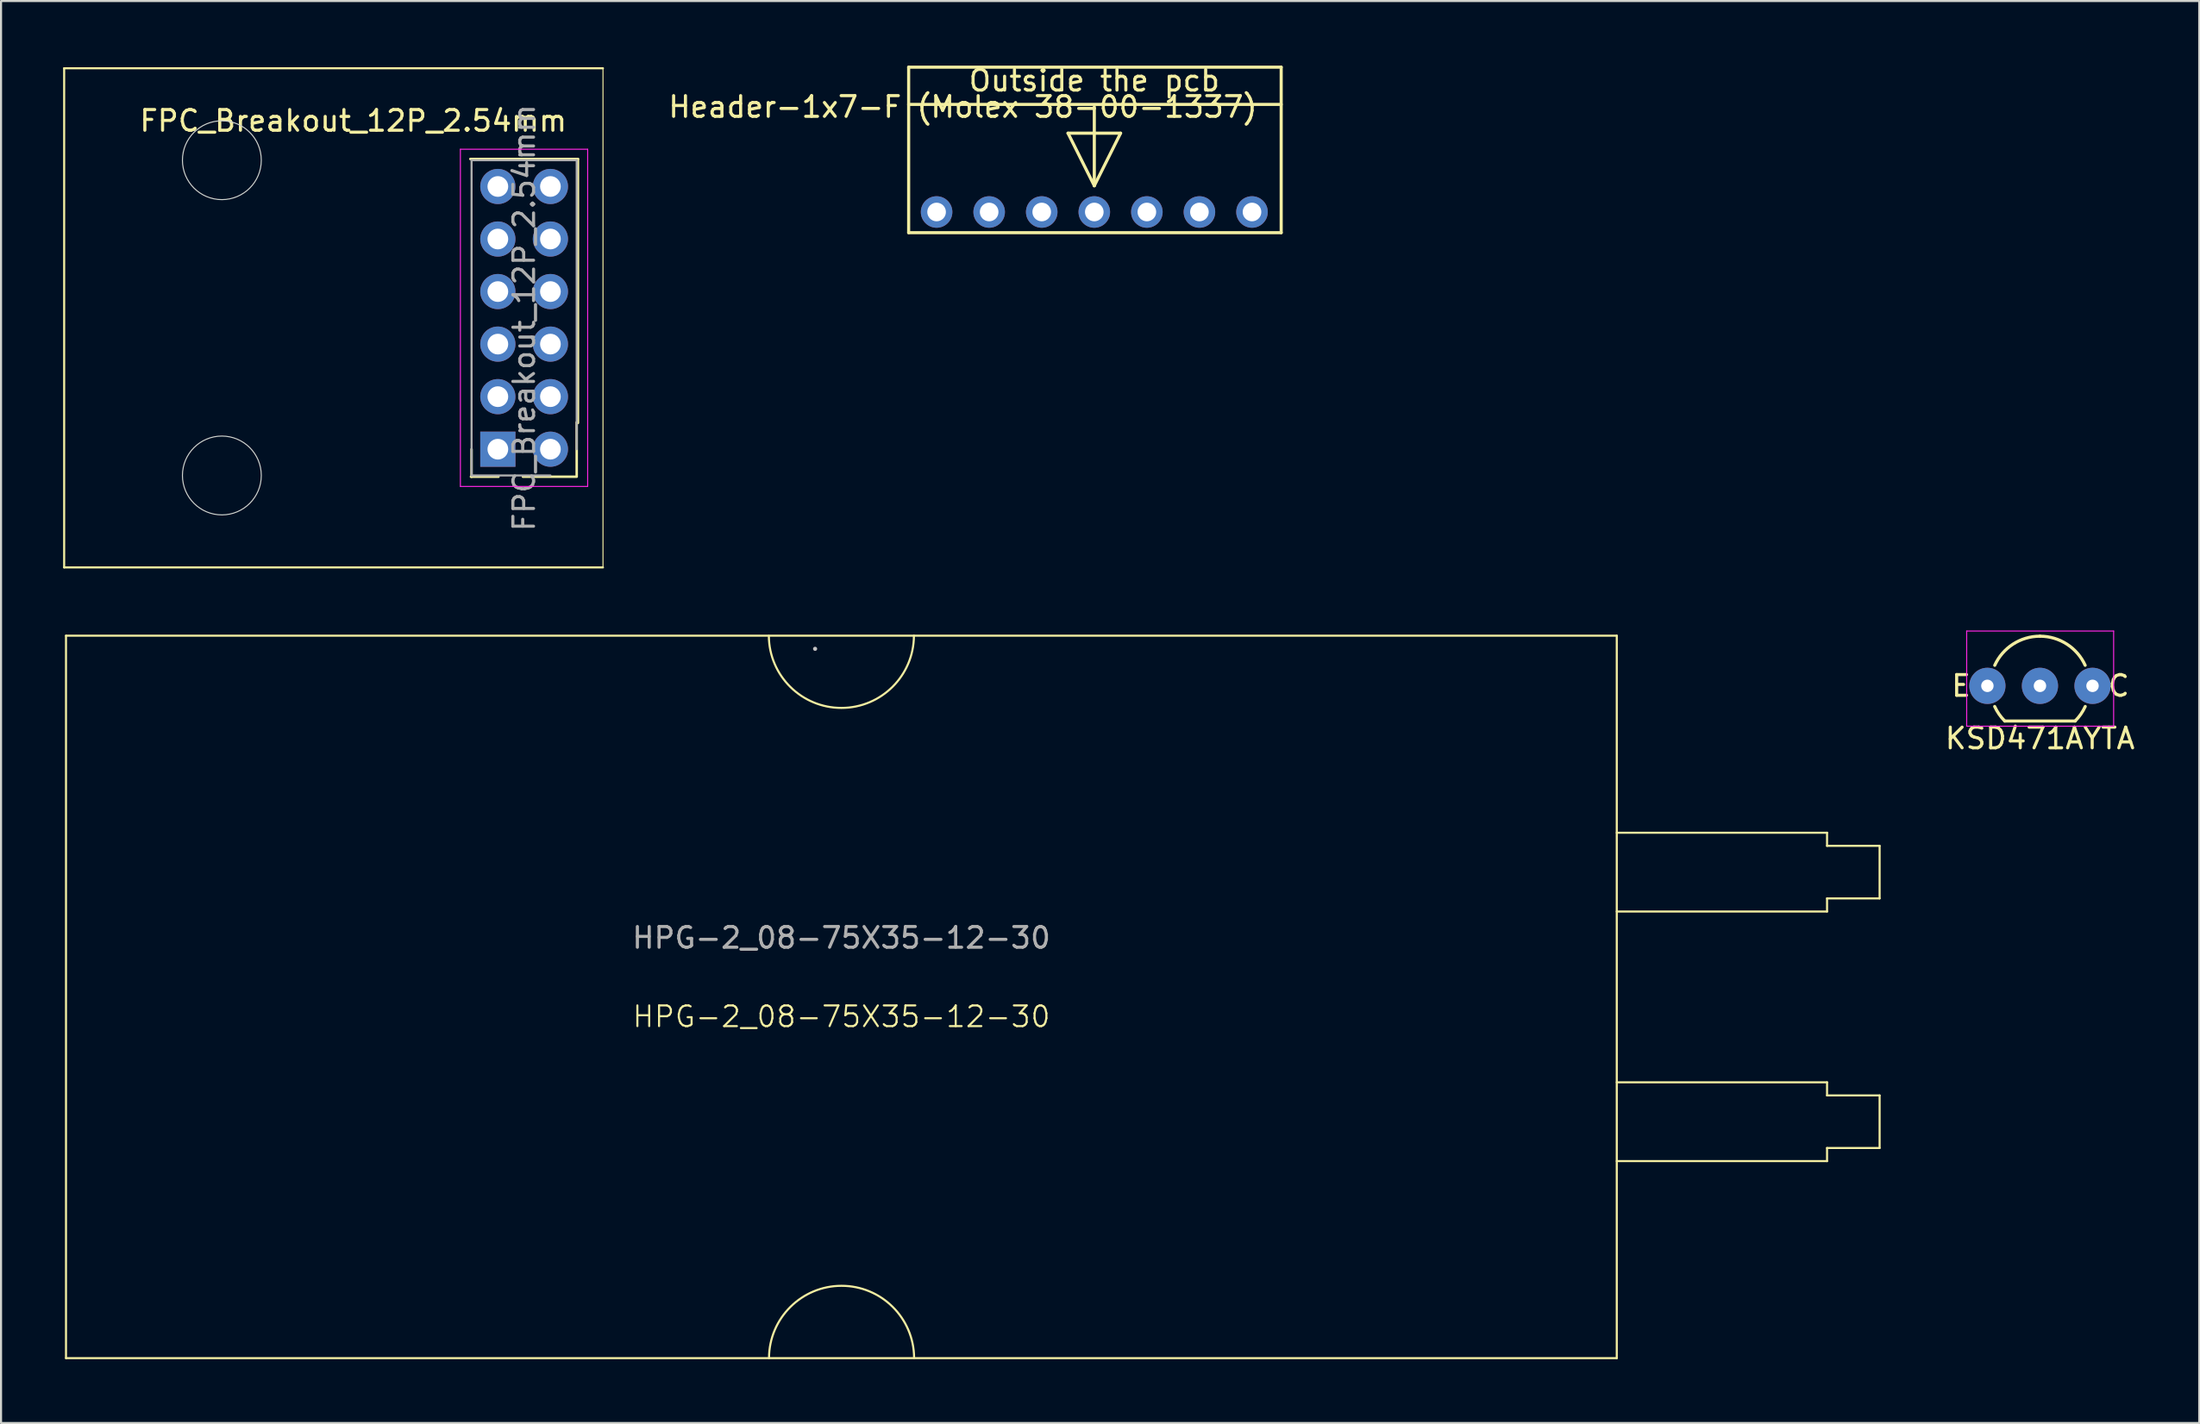
<source format=kicad_pcb>
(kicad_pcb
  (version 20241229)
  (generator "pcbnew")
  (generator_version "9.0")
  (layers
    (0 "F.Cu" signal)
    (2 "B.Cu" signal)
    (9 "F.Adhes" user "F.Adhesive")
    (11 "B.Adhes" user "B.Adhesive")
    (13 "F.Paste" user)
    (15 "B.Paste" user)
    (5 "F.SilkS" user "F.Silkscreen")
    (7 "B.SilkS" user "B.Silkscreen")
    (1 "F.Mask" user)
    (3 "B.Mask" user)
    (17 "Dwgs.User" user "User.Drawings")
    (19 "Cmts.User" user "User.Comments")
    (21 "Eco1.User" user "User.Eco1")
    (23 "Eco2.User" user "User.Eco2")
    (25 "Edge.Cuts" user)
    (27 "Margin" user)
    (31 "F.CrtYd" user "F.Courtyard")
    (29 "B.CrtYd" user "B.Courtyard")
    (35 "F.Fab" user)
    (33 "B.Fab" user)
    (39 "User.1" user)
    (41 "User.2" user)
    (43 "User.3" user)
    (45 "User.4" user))
  (footprint "KSD471AYTA"
    (layer "F.Cu")
    (at 92.976 30.105)
    (property "Reference" "KSD471AYTA" (at 2.54 2.54 180) (layer "F.SilkS") (effects (font (size 1 1) (thickness 0.15))))
    (attr through_hole)
    (fp_line (start 0.84 1.7) (end 4.24 1.7) (stroke (width 0.15) (type solid)) (layer "F.SilkS"))
    (fp_arc (start 0.355121 -0.993127) (mid 1.240675 -2.017858) (end 2.54 -2.4) (stroke (width 0.15) (type solid)) (layer "F.SilkS"))
    (fp_arc (start 0.84 1.7) (mid 0.564627 1.370365) (end 0.352305 0.99699) (stroke (width 0.15) (type solid)) (layer "F.SilkS"))
    (fp_arc (start 2.54 -2.4) (mid 3.839326 -2.017858) (end 4.724879 -0.993127) (stroke (width 0.15) (type solid)) (layer "F.SilkS"))
    (fp_arc (start 4.727695 0.99699) (mid 4.515373 1.370365) (end 4.24 1.7) (stroke (width 0.15) (type solid)) (layer "F.SilkS"))
    (fp_line (start -1 -2.65) (end 6.1 -2.65) (stroke (width 0.05) (type solid)) (layer "F.CrtYd"))
    (fp_line (start -1 1.95) (end -1 -2.65) (stroke (width 0.05) (type solid)) (layer "F.CrtYd"))
    (fp_line (start -1 1.95) (end 6.1 1.95) (stroke (width 0.05) (type solid)) (layer "F.CrtYd"))
    (fp_line (start 6.1 1.95) (end 6.1 -2.65) (stroke (width 0.05) (type solid)) (layer "F.CrtYd"))
    (fp_text user "C" (at 6.35 0 0) (layer "F.SilkS") (effects (font (size 1 1) (thickness 0.15))))
    (fp_text user "E" (at -1.27 0 0) (layer "F.SilkS") (effects (font (size 1 1) (thickness 0.15))))
    (pad "1" thru_hole circle (at 0 0 90) (size 1.75 1.75) (drill 0.6) (layers "*.Cu" "*.Mask"))
    (pad "2" thru_hole circle (at 2.54 0 90) (size 1.75 1.75) (drill 0.6) (layers "*.Cu" "*.Mask"))
    (pad "3" thru_hole circle (at 5.08 0 90) (size 1.75 1.75) (drill 0.6) (layers "*.Cu" "*.Mask")))
  (footprint "FPC_Breakout_12P_2.54mm"
    (layer "F.Cu")
    (at 13.385 0.25)
    (property "Reference" "FPC_Breakout_12P_2.54mm" (at 0.635 2.54 0) (layer "F.SilkS") (effects (font (size 1 1) (thickness 0.15))))
    (attr through_hole)
    (fp_line (start -13.335 0) (end 12.7 0) (stroke (width 0.1) (type default)) (layer "F.SilkS"))
    (fp_line (start -13.335 24.13) (end -13.335 0) (stroke (width 0.1) (type default)) (layer "F.SilkS"))
    (fp_line (start 6.35 18.415) (end 6.35 19.745) (stroke (width 0.12) (type solid)) (layer "F.SilkS"))
    (fp_line (start 7.65 19.745) (end 6.32 19.745) (stroke (width 0.12) (type solid)) (layer "F.SilkS"))
    (fp_line (start 11.43 17.115) (end 11.43 19.715) (stroke (width 0.12) (type solid)) (layer "F.SilkS"))
    (fp_line (start 11.43 19.745) (end 8.83 19.745) (stroke (width 0.12) (type solid)) (layer "F.SilkS"))
    (fp_line (start 11.49 4.385) (end 6.29 4.385) (stroke (width 0.12) (type solid)) (layer "F.SilkS"))
    (fp_line (start 11.49 17.145) (end 11.49 4.385) (stroke (width 0.12) (type solid)) (layer "F.SilkS"))
    (fp_line (start 12.7 0) (end 12.7 24.13) (stroke (width 0.05) (type default)) (layer "F.SilkS"))
    (fp_line (start 12.7 24.13) (end -13.335 24.13) (stroke (width 0.1) (type default)) (layer "F.SilkS"))
    (fp_circle (center -5.715 4.445) (end -3.81 4.445) (stroke (width 0.05) (type default)) (fill no) (layer "Edge.Cuts"))
    (fp_circle (center -5.715 19.685) (end -3.81 19.685) (stroke (width 0.05) (type default)) (fill no) (layer "Edge.Cuts"))
    (fp_line (start 5.81 3.915) (end 5.81 20.215) (stroke (width 0.05) (type solid)) (layer "F.CrtYd"))
    (fp_line (start 5.81 20.215) (end 11.96 20.215) (stroke (width 0.05) (type solid)) (layer "F.CrtYd"))
    (fp_line (start 11.96 3.915) (end 5.81 3.915) (stroke (width 0.05) (type solid)) (layer "F.CrtYd"))
    (fp_line (start 11.96 20.215) (end 11.96 3.915) (stroke (width 0.05) (type solid)) (layer "F.CrtYd"))
    (fp_line (start 6.35 4.445) (end 11.43 4.445) (stroke (width 0.1) (type solid)) (layer "F.Fab"))
    (fp_line (start 6.35 19.685) (end 6.35 4.445) (stroke (width 0.1) (type solid)) (layer "F.Fab"))
    (fp_line (start 10.16 19.685) (end 6.35 19.685) (stroke (width 0.1) (type solid)) (layer "F.Fab"))
    (fp_line (start 11.43 4.445) (end 11.43 18.415) (stroke (width 0.1) (type solid)) (layer "F.Fab"))
    (fp_text user "${REFERENCE}" (at 8.89 12.065 90) (layer "F.Fab") (effects (font (size 1 1) (thickness 0.15))))
    (pad "1" thru_hole rect (at 7.62 18.415) (size 1.7 1.7) (drill 1) (layers "*.Cu" "*.Mask"))
    (pad "2" thru_hole oval (at 10.16 18.415) (size 1.7 1.7) (drill 1) (layers "*.Cu" "*.Mask"))
    (pad "3" thru_hole oval (at 7.62 15.875) (size 1.7 1.7) (drill 1) (layers "*.Cu" "*.Mask"))
    (pad "4" thru_hole oval (at 10.16 15.875) (size 1.7 1.7) (drill 1) (layers "*.Cu" "*.Mask"))
    (pad "5" thru_hole oval (at 7.62 13.335) (size 1.7 1.7) (drill 1) (layers "*.Cu" "*.Mask"))
    (pad "6" thru_hole oval (at 10.16 13.335) (size 1.7 1.7) (drill 1) (layers "*.Cu" "*.Mask"))
    (pad "7" thru_hole oval (at 7.62 10.795) (size 1.7 1.7) (drill 1) (layers "*.Cu" "*.Mask"))
    (pad "8" thru_hole oval (at 10.16 10.795) (size 1.7 1.7) (drill 1) (layers "*.Cu" "*.Mask"))
    (pad "9" thru_hole oval (at 7.62 8.255) (size 1.7 1.7) (drill 1) (layers "*.Cu" "*.Mask"))
    (pad "10" thru_hole oval (at 10.16 8.255) (size 1.7 1.7) (drill 1) (layers "*.Cu" "*.Mask"))
    (pad "11" thru_hole oval (at 7.62 5.715) (size 1.7 1.7) (drill 1) (layers "*.Cu" "*.Mask"))
    (pad "12" thru_hole oval (at 10.16 5.715) (size 1.7 1.7) (drill 1) (layers "*.Cu" "*.Mask")))
  (footprint "HPG-2_08-75X35-12-30"
    (layer "F.Cu")
    (at 37.604 27.68)
    (property "Reference" "HPG-2_08-75X35-12-30" (at 0 18.415 0) (unlocked yes) (layer "F.SilkS") (effects (font (size 1 1) (thickness 0.1))))
    (fp_line (start -37.465 0) (end -37.465 34.925) (stroke (width 0.1) (type default)) (layer "F.SilkS"))
    (fp_line (start -37.465 34.925) (end 37.465 34.925) (stroke (width 0.1) (type default)) (layer "F.SilkS"))
    (fp_line (start 37.465 0) (end -37.465 0) (stroke (width 0.1) (type default)) (layer "F.SilkS"))
    (fp_line (start 37.465 9.525) (end 47.625 9.525) (stroke (width 0.1) (type default)) (layer "F.SilkS"))
    (fp_line (start 37.465 13.335) (end 47.625 13.335) (stroke (width 0.1) (type default)) (layer "F.SilkS"))
    (fp_line (start 37.465 21.59) (end 47.625 21.59) (stroke (width 0.1) (type default)) (layer "F.SilkS"))
    (fp_line (start 37.465 34.925) (end 37.465 0) (stroke (width 0.1) (type default)) (layer "F.SilkS"))
    (fp_line (start 47.625 9.525) (end 47.625 10.16) (stroke (width 0.1) (type default)) (layer "F.SilkS"))
    (fp_line (start 47.625 10.16) (end 50.165 10.16) (stroke (width 0.1) (type default)) (layer "F.SilkS"))
    (fp_line (start 47.625 12.7) (end 47.625 13.335) (stroke (width 0.1) (type default)) (layer "F.SilkS"))
    (fp_line (start 47.625 21.59) (end 47.625 22.225) (stroke (width 0.1) (type default)) (layer "F.SilkS"))
    (fp_line (start 47.625 22.225) (end 50.165 22.225) (stroke (width 0.1) (type default)) (layer "F.SilkS"))
    (fp_line (start 47.625 24.765) (end 47.625 25.4) (stroke (width 0.1) (type default)) (layer "F.SilkS"))
    (fp_line (start 47.625 25.4) (end 37.465 25.4) (stroke (width 0.1) (type default)) (layer "F.SilkS"))
    (fp_line (start 50.165 10.16) (end 50.165 12.7) (stroke (width 0.1) (type default)) (layer "F.SilkS"))
    (fp_line (start 50.165 12.7) (end 47.625 12.7) (stroke (width 0.1) (type default)) (layer "F.SilkS"))
    (fp_line (start 50.165 22.225) (end 50.165 24.765) (stroke (width 0.1) (type default)) (layer "F.SilkS"))
    (fp_line (start 50.165 24.765) (end 47.625 24.765) (stroke (width 0.1) (type default)) (layer "F.SilkS"))
    (fp_arc (start -3.496606 34.918987) (mid 0.004275 31.413833) (end 3.5137 34.910435) (stroke (width 0.1) (type default)) (layer "F.SilkS"))
    (fp_arc (start 3.505158 0) (mid 0.004277 3.505154) (end -3.505148 0.008552) (stroke (width 0.1) (type default)) (layer "F.SilkS"))
    (fp_arc (start -1.27 0.635) (mid -1.27 0.635) (end -1.27 0.635) (stroke (width 0.1) (type default)) (layer "Dwgs.User"))
    (fp_line (start -37.554 35.012) (end 37.54 35.011) (stroke (width 0.1) (type default)) (layer "Margin"))
    (fp_line (start -37.536 -0.079) (end -37.554 35.012) (stroke (width 0.1) (type default)) (layer "Margin"))
    (fp_line (start 37.54 35.011) (end 37.559 -0.08) (stroke (width 0.1) (type default)) (layer "Margin"))
    (fp_line (start 37.559 -0.08) (end -37.536 -0.079) (stroke (width 0.1) (type default)) (layer "Margin"))
    (fp_text user "${REFERENCE}" (at 0 14.605 0) (unlocked yes) (layer "F.Fab") (effects (font (size 1 1) (thickness 0.15)))))
  (footprint "Header-1x7-F (Molex 38-00-1337)"
    (layer "F.Cu")
    (at 42.204 7.198)
    (property "Reference" "Header-1x7-F (Molex 38-00-1337)" (at 1.27 -5.08 0) (layer "F.SilkS") (effects (font (size 1 1) (thickness 0.15))))
    (attr through_hole)
    (fp_line (start -1.35 -7) (end 16.65 -7) (stroke (width 0.15) (type solid)) (layer "F.SilkS"))
    (fp_line (start -1.35 -5.2) (end 16.65 -5.2) (stroke (width 0.15) (type solid)) (layer "F.SilkS"))
    (fp_line (start -1.35 1) (end -1.35 -7) (stroke (width 0.15) (type solid)) (layer "F.SilkS"))
    (fp_line (start 6.35 -3.81) (end 8.89 -3.81) (stroke (width 0.15) (type solid)) (layer "F.SilkS"))
    (fp_line (start 7.62 -5.08) (end 7.62 -1.27) (stroke (width 0.15) (type solid)) (layer "F.SilkS"))
    (fp_line (start 7.62 -1.27) (end 6.35 -3.81) (stroke (width 0.15) (type solid)) (layer "F.SilkS"))
    (fp_line (start 8.89 -3.81) (end 7.62 -1.27) (stroke (width 0.15) (type solid)) (layer "F.SilkS"))
    (fp_line (start 16.65 -7) (end 16.65 1) (stroke (width 0.15) (type solid)) (layer "F.SilkS"))
    (fp_line (start 16.65 1) (end -1.35 1) (stroke (width 0.15) (type solid)) (layer "F.SilkS"))
    (fp_text user "Outside the pcb" (at 7.62 -6.35 0) (layer "F.SilkS") (effects (font (size 1 1) (thickness 0.15))))
    (pad "1" thru_hole circle (at 0 0) (size 1.524 1.524) (drill 0.9) (layers "*.Cu" "*.Mask"))
    (pad "2" thru_hole circle (at 2.54 0) (size 1.524 1.524) (drill 0.9) (layers "*.Cu" "*.Mask"))
    (pad "3" thru_hole circle (at 5.08 0) (size 1.524 1.524) (drill 0.9) (layers "*.Cu" "*.Mask"))
    (pad "4" thru_hole circle (at 7.62 0) (size 1.524 1.524) (drill 0.9) (layers "*.Cu" "*.Mask"))
    (pad "5" thru_hole circle (at 10.16 0) (size 1.524 1.524) (drill 0.9) (layers "*.Cu" "*.Mask"))
    (pad "6" thru_hole circle (at 12.7 0) (size 1.524 1.524) (drill 0.9) (layers "*.Cu" "*.Mask"))
    (pad "7" thru_hole circle (at 15.24 0) (size 1.524 1.524) (drill 0.9) (layers "*.Cu" "*.Mask")))
  (gr_rect
    (start -3 -3)
    (end 103.212 65.742)
    (stroke (width 0.1) (type default))
    (fill no)
    (layer "Edge.Cuts")))
</source>
